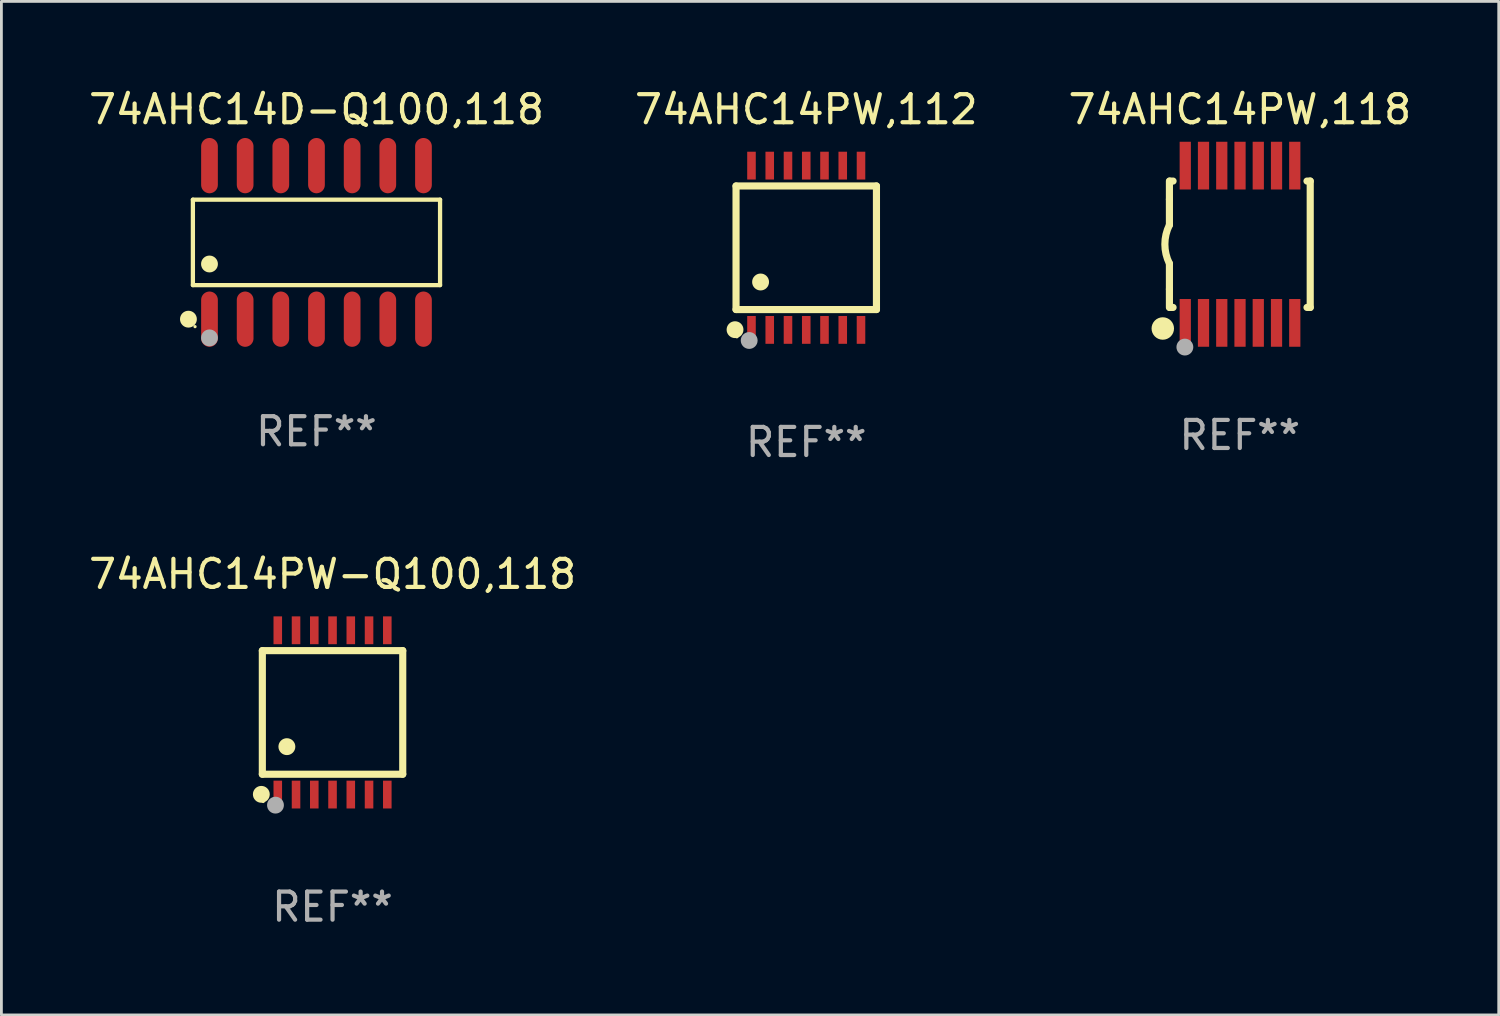
<source format=kicad_pcb>
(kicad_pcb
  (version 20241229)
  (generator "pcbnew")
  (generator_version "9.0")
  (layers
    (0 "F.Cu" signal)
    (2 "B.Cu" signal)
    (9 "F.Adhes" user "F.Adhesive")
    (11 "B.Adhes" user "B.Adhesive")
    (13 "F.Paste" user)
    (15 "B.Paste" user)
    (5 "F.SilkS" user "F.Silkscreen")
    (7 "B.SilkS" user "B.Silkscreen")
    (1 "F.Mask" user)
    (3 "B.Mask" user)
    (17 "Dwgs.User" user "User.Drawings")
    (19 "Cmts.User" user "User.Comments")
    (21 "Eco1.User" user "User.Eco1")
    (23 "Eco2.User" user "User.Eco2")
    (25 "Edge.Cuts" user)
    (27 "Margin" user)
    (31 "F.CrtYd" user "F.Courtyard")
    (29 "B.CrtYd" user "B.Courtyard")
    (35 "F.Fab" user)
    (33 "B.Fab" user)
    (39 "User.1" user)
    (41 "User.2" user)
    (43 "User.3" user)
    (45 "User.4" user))
  (footprint "74AHC14D-Q100,118"
    (layer "F.Cu")
    (at 8.22 5.582)
    (property "Reference" "74AHC14D-Q100,118" (at 0 -4.734 0) (layer "F.SilkS") (effects (font (size 1 1) (thickness 0.15))))
    (attr through_hole)
    (fp_line (start -4.401 -1.521) (end 4.401 -1.521) (stroke (width 0.152) (type solid)) (layer "F.SilkS"))
    (fp_line (start -4.401 1.521) (end -4.401 -1.521) (stroke (width 0.152) (type solid)) (layer "F.SilkS"))
    (fp_line (start 4.401 -1.521) (end 4.401 1.521) (stroke (width 0.152) (type solid)) (layer "F.SilkS"))
    (fp_line (start 4.401 1.521) (end -4.401 1.521) (stroke (width 0.152) (type solid)) (layer "F.SilkS"))
    (fp_circle (center -4.56 2.734) (end -4.41 2.734) (stroke (width 0.3) (type solid)) (fill no) (layer "F.SilkS"))
    (fp_circle (center -4.325 3) (end -4.295 3) (stroke (width 0.06) (type solid)) (fill no) (layer "F.SilkS"))
    (fp_circle (center -3.81 0.769) (end -3.66 0.769) (stroke (width 0.3) (type solid)) (fill no) (layer "F.SilkS"))
    (fp_circle (center -3.81 3.4) (end -3.66 3.4) (stroke (width 0.3) (type solid)) (fill no) (layer "F.Fab"))
    (fp_text user "REF**" (at 0 6.734 0) (layer "F.Fab") (effects (font (size 1 1) (thickness 0.15))))
    (pad "1" smd oval (at -3.81 2.734) (size 0.595 1.968) (layers "F.Cu" "F.Mask" "F.Paste"))
    (pad "2" smd oval (at -2.54 2.734) (size 0.595 1.968) (layers "F.Cu" "F.Mask" "F.Paste"))
    (pad "3" smd oval (at -1.27 2.734) (size 0.595 1.968) (layers "F.Cu" "F.Mask" "F.Paste"))
    (pad "4" smd oval (at 0 2.734) (size 0.595 1.968) (layers "F.Cu" "F.Mask" "F.Paste"))
    (pad "5" smd oval (at 1.27 2.734) (size 0.595 1.968) (layers "F.Cu" "F.Mask" "F.Paste"))
    (pad "6" smd oval (at 2.54 2.734) (size 0.595 1.968) (layers "F.Cu" "F.Mask" "F.Paste"))
    (pad "7" smd oval (at 3.81 2.734) (size 0.595 1.968) (layers "F.Cu" "F.Mask" "F.Paste"))
    (pad "8" smd oval (at 3.81 -2.734) (size 0.595 1.968) (layers "F.Cu" "F.Mask" "F.Paste"))
    (pad "9" smd oval (at 2.54 -2.734) (size 0.595 1.968) (layers "F.Cu" "F.Mask" "F.Paste"))
    (pad "10" smd oval (at 1.27 -2.734) (size 0.595 1.968) (layers "F.Cu" "F.Mask" "F.Paste"))
    (pad "11" smd oval (at 0 -2.734) (size 0.595 1.968) (layers "F.Cu" "F.Mask" "F.Paste"))
    (pad "12" smd oval (at -1.27 -2.734) (size 0.595 1.968) (layers "F.Cu" "F.Mask" "F.Paste"))
    (pad "13" smd oval (at -2.54 -2.734) (size 0.595 1.968) (layers "F.Cu" "F.Mask" "F.Paste"))
    (pad "14" smd oval (at -3.81 -2.734) (size 0.595 1.968) (layers "F.Cu" "F.Mask" "F.Paste")))
  (footprint "74AHC14PW,112"
    (layer "F.Cu")
    (at 25.661 5.773)
    (property "Reference" "74AHC14PW,112" (at 0 -4.925 0) (layer "F.SilkS") (effects (font (size 1 1) (thickness 0.15))))
    (attr through_hole)
    (fp_line (start -2.5 2.2) (end -2.5 -2.2) (stroke (width 0.254) (type solid)) (layer "F.SilkS"))
    (fp_line (start -2.5 2.2) (end 2.5 2.2) (stroke (width 0.254) (type solid)) (layer "F.SilkS"))
    (fp_line (start 2.5 -2.2) (end -2.5 -2.2) (stroke (width 0.254) (type solid)) (layer "F.SilkS"))
    (fp_line (start 2.5 -2.2) (end 2.5 2.2) (stroke (width 0.254) (type solid)) (layer "F.SilkS"))
    (fp_circle (center -2.536 2.917) (end -2.386 2.917) (stroke (width 0.3) (type solid)) (fill no) (layer "F.SilkS"))
    (fp_circle (center -2.47 3.17) (end -2.44 3.17) (stroke (width 0.06) (type solid)) (fill no) (layer "F.SilkS"))
    (fp_circle (center -1.626 1.219) (end -1.475 1.219) (stroke (width 0.3) (type solid)) (fill no) (layer "F.SilkS"))
    (fp_circle (center -2.032 3.302) (end -1.882 3.302) (stroke (width 0.3) (type solid)) (fill no) (layer "F.Fab"))
    (fp_text user "REF**" (at 0 6.925 0) (layer "F.Fab") (effects (font (size 1 1) (thickness 0.15))))
    (pad "1" smd rect (at -1.95 2.925) (size 0.305 0.991) (layers "F.Cu" "F.Mask" "F.Paste"))
    (pad "2" smd rect (at -1.3 2.925) (size 0.305 0.991) (layers "F.Cu" "F.Mask" "F.Paste"))
    (pad "3" smd rect (at -0.65 2.925) (size 0.305 0.991) (layers "F.Cu" "F.Mask" "F.Paste"))
    (pad "4" smd rect (at 0 2.925) (size 0.305 0.991) (layers "F.Cu" "F.Mask" "F.Paste"))
    (pad "5" smd rect (at 0.65 2.925) (size 0.305 0.991) (layers "F.Cu" "F.Mask" "F.Paste"))
    (pad "6" smd rect (at 1.3 2.925) (size 0.305 0.991) (layers "F.Cu" "F.Mask" "F.Paste"))
    (pad "7" smd rect (at 1.95 2.925) (size 0.305 0.991) (layers "F.Cu" "F.Mask" "F.Paste"))
    (pad "8" smd rect (at 1.95 -2.925) (size 0.305 0.991) (layers "F.Cu" "F.Mask" "F.Paste"))
    (pad "9" smd rect (at 1.3 -2.925) (size 0.305 0.991) (layers "F.Cu" "F.Mask" "F.Paste"))
    (pad "10" smd rect (at 0.65 -2.925) (size 0.305 0.991) (layers "F.Cu" "F.Mask" "F.Paste"))
    (pad "11" smd rect (at 0 -2.925) (size 0.305 0.991) (layers "F.Cu" "F.Mask" "F.Paste"))
    (pad "12" smd rect (at -0.65 -2.925) (size 0.305 0.991) (layers "F.Cu" "F.Mask" "F.Paste"))
    (pad "13" smd rect (at -1.3 -2.925) (size 0.305 0.991) (layers "F.Cu" "F.Mask" "F.Paste"))
    (pad "14" smd rect (at -1.95 -2.925) (size 0.305 0.991) (layers "F.Cu" "F.Mask" "F.Paste")))
  (footprint "74AHC14PW-Q100,118"
    (layer "F.Cu")
    (at 8.792 22.32)
    (property "Reference" "74AHC14PW-Q100,118" (at 0 -4.925 0) (layer "F.SilkS") (effects (font (size 1 1) (thickness 0.15))))
    (attr through_hole)
    (fp_line (start -2.5 2.2) (end -2.5 -2.2) (stroke (width 0.254) (type solid)) (layer "F.SilkS"))
    (fp_line (start -2.5 2.2) (end 2.5 2.2) (stroke (width 0.254) (type solid)) (layer "F.SilkS"))
    (fp_line (start 2.5 -2.2) (end -2.5 -2.2) (stroke (width 0.254) (type solid)) (layer "F.SilkS"))
    (fp_line (start 2.5 -2.2) (end 2.5 2.2) (stroke (width 0.254) (type solid)) (layer "F.SilkS"))
    (fp_circle (center -2.536 2.917) (end -2.386 2.917) (stroke (width 0.3) (type solid)) (fill no) (layer "F.SilkS"))
    (fp_circle (center -2.47 3.17) (end -2.44 3.17) (stroke (width 0.06) (type solid)) (fill no) (layer "F.SilkS"))
    (fp_circle (center -1.626 1.219) (end -1.475 1.219) (stroke (width 0.3) (type solid)) (fill no) (layer "F.SilkS"))
    (fp_circle (center -2.032 3.302) (end -1.882 3.302) (stroke (width 0.3) (type solid)) (fill no) (layer "F.Fab"))
    (fp_text user "REF**" (at 0 6.925 0) (layer "F.Fab") (effects (font (size 1 1) (thickness 0.15))))
    (pad "1" smd rect (at -1.95 2.925) (size 0.305 0.991) (layers "F.Cu" "F.Mask" "F.Paste"))
    (pad "2" smd rect (at -1.3 2.925) (size 0.305 0.991) (layers "F.Cu" "F.Mask" "F.Paste"))
    (pad "3" smd rect (at -0.65 2.925) (size 0.305 0.991) (layers "F.Cu" "F.Mask" "F.Paste"))
    (pad "4" smd rect (at 0 2.925) (size 0.305 0.991) (layers "F.Cu" "F.Mask" "F.Paste"))
    (pad "5" smd rect (at 0.65 2.925) (size 0.305 0.991) (layers "F.Cu" "F.Mask" "F.Paste"))
    (pad "6" smd rect (at 1.3 2.925) (size 0.305 0.991) (layers "F.Cu" "F.Mask" "F.Paste"))
    (pad "7" smd rect (at 1.95 2.925) (size 0.305 0.991) (layers "F.Cu" "F.Mask" "F.Paste"))
    (pad "8" smd rect (at 1.95 -2.925) (size 0.305 0.991) (layers "F.Cu" "F.Mask" "F.Paste"))
    (pad "9" smd rect (at 1.3 -2.925) (size 0.305 0.991) (layers "F.Cu" "F.Mask" "F.Paste"))
    (pad "10" smd rect (at 0.65 -2.925) (size 0.305 0.991) (layers "F.Cu" "F.Mask" "F.Paste"))
    (pad "11" smd rect (at 0 -2.925) (size 0.305 0.991) (layers "F.Cu" "F.Mask" "F.Paste"))
    (pad "12" smd rect (at -0.65 -2.925) (size 0.305 0.991) (layers "F.Cu" "F.Mask" "F.Paste"))
    (pad "13" smd rect (at -1.3 -2.925) (size 0.305 0.991) (layers "F.Cu" "F.Mask" "F.Paste"))
    (pad "14" smd rect (at -1.95 -2.925) (size 0.305 0.991) (layers "F.Cu" "F.Mask" "F.Paste")))
  (footprint "74AHC14PW,118"
    (layer "F.Cu")
    (at 41.101 5.648)
    (property "Reference" "74AHC14PW,118" (at 0 -4.8 0) (layer "F.SilkS") (effects (font (size 1 1) (thickness 0.15))))
    (attr through_hole)
    (fp_line (start -2.507 -1.6) (end -2.507 -2.25) (stroke (width 0.254) (type solid)) (layer "F.SilkS"))
    (fp_line (start -2.507 -0.686) (end -2.507 -1.6) (stroke (width 0.254) (type solid)) (layer "F.SilkS"))
    (fp_line (start -2.507 1.6) (end -2.507 0.686) (stroke (width 0.254) (type solid)) (layer "F.SilkS"))
    (fp_line (start -2.507 1.6) (end -2.507 2.25) (stroke (width 0.254) (type solid)) (layer "F.SilkS"))
    (fp_line (start -2.493 -2.25) (end -2.377 -2.25) (stroke (width 0.254) (type solid)) (layer "F.SilkS"))
    (fp_line (start -2.377 2.25) (end -2.493 2.25) (stroke (width 0.254) (type solid)) (layer "F.SilkS"))
    (fp_line (start 2.392 -2.25) (end 2.507 -2.25) (stroke (width 0.254) (type solid)) (layer "F.SilkS"))
    (fp_line (start 2.507 -2.25) (end 2.507 2.25) (stroke (width 0.254) (type solid)) (layer "F.SilkS"))
    (fp_line (start 2.507 2.25) (end 2.392 2.25) (stroke (width 0.254) (type solid)) (layer "F.SilkS"))
    (fp_arc (start -2.507303 0.685802) (mid -2.669199 0) (end -2.507303 -0.685801) (stroke (width 0.254001) (type solid)) (layer "F.SilkS"))
    (fp_circle (center -2.743 3) (end -2.543 3) (stroke (width 0.4) (type solid)) (fill no) (layer "F.SilkS"))
    (fp_circle (center -2.493 3.2) (end -2.463 3.2) (stroke (width 0.06) (type solid)) (fill no) (layer "F.SilkS"))
    (fp_circle (center -1.957 3.662) (end -1.807 3.662) (stroke (width 0.3) (type solid)) (fill no) (layer "F.Fab"))
    (fp_text user "REF**" (at 0 6.8 0) (layer "F.Fab") (effects (font (size 1 1) (thickness 0.15))))
    (pad "1" smd rect (at -1.943 2.8) (size 0.4 1.7) (layers "F.Cu" "F.Mask" "F.Paste"))
    (pad "2" smd rect (at -1.293 2.8) (size 0.4 1.7) (layers "F.Cu" "F.Mask" "F.Paste"))
    (pad "3" smd rect (at -0.643 2.8) (size 0.4 1.7) (layers "F.Cu" "F.Mask" "F.Paste"))
    (pad "4" smd rect (at 0.007 2.8) (size 0.4 1.7) (layers "F.Cu" "F.Mask" "F.Paste"))
    (pad "5" smd rect (at 0.657 2.8) (size 0.4 1.7) (layers "F.Cu" "F.Mask" "F.Paste"))
    (pad "6" smd rect (at 1.307 2.8) (size 0.4 1.7) (layers "F.Cu" "F.Mask" "F.Paste"))
    (pad "7" smd rect (at 1.957 2.8) (size 0.4 1.7) (layers "F.Cu" "F.Mask" "F.Paste"))
    (pad "8" smd rect (at 1.957 -2.8) (size 0.4 1.7) (layers "F.Cu" "F.Mask" "F.Paste"))
    (pad "9" smd rect (at 1.307 -2.8) (size 0.4 1.7) (layers "F.Cu" "F.Mask" "F.Paste"))
    (pad "10" smd rect (at 0.657 -2.8) (size 0.4 1.7) (layers "F.Cu" "F.Mask" "F.Paste"))
    (pad "11" smd rect (at 0.007 -2.8) (size 0.4 1.7) (layers "F.Cu" "F.Mask" "F.Paste"))
    (pad "12" smd rect (at -0.643 -2.8) (size 0.4 1.7) (layers "F.Cu" "F.Mask" "F.Paste"))
    (pad "13" smd rect (at -1.293 -2.8) (size 0.4 1.7) (layers "F.Cu" "F.Mask" "F.Paste"))
    (pad "14" smd rect (at -1.943 -2.8) (size 0.4 1.7) (layers "F.Cu" "F.Mask" "F.Paste")))
  (gr_rect
    (start -3 -3)
    (end 50.321 33.093)
    (stroke (width 0.1) (type default))
    (fill no)
    (layer "Edge.Cuts")))
</source>
